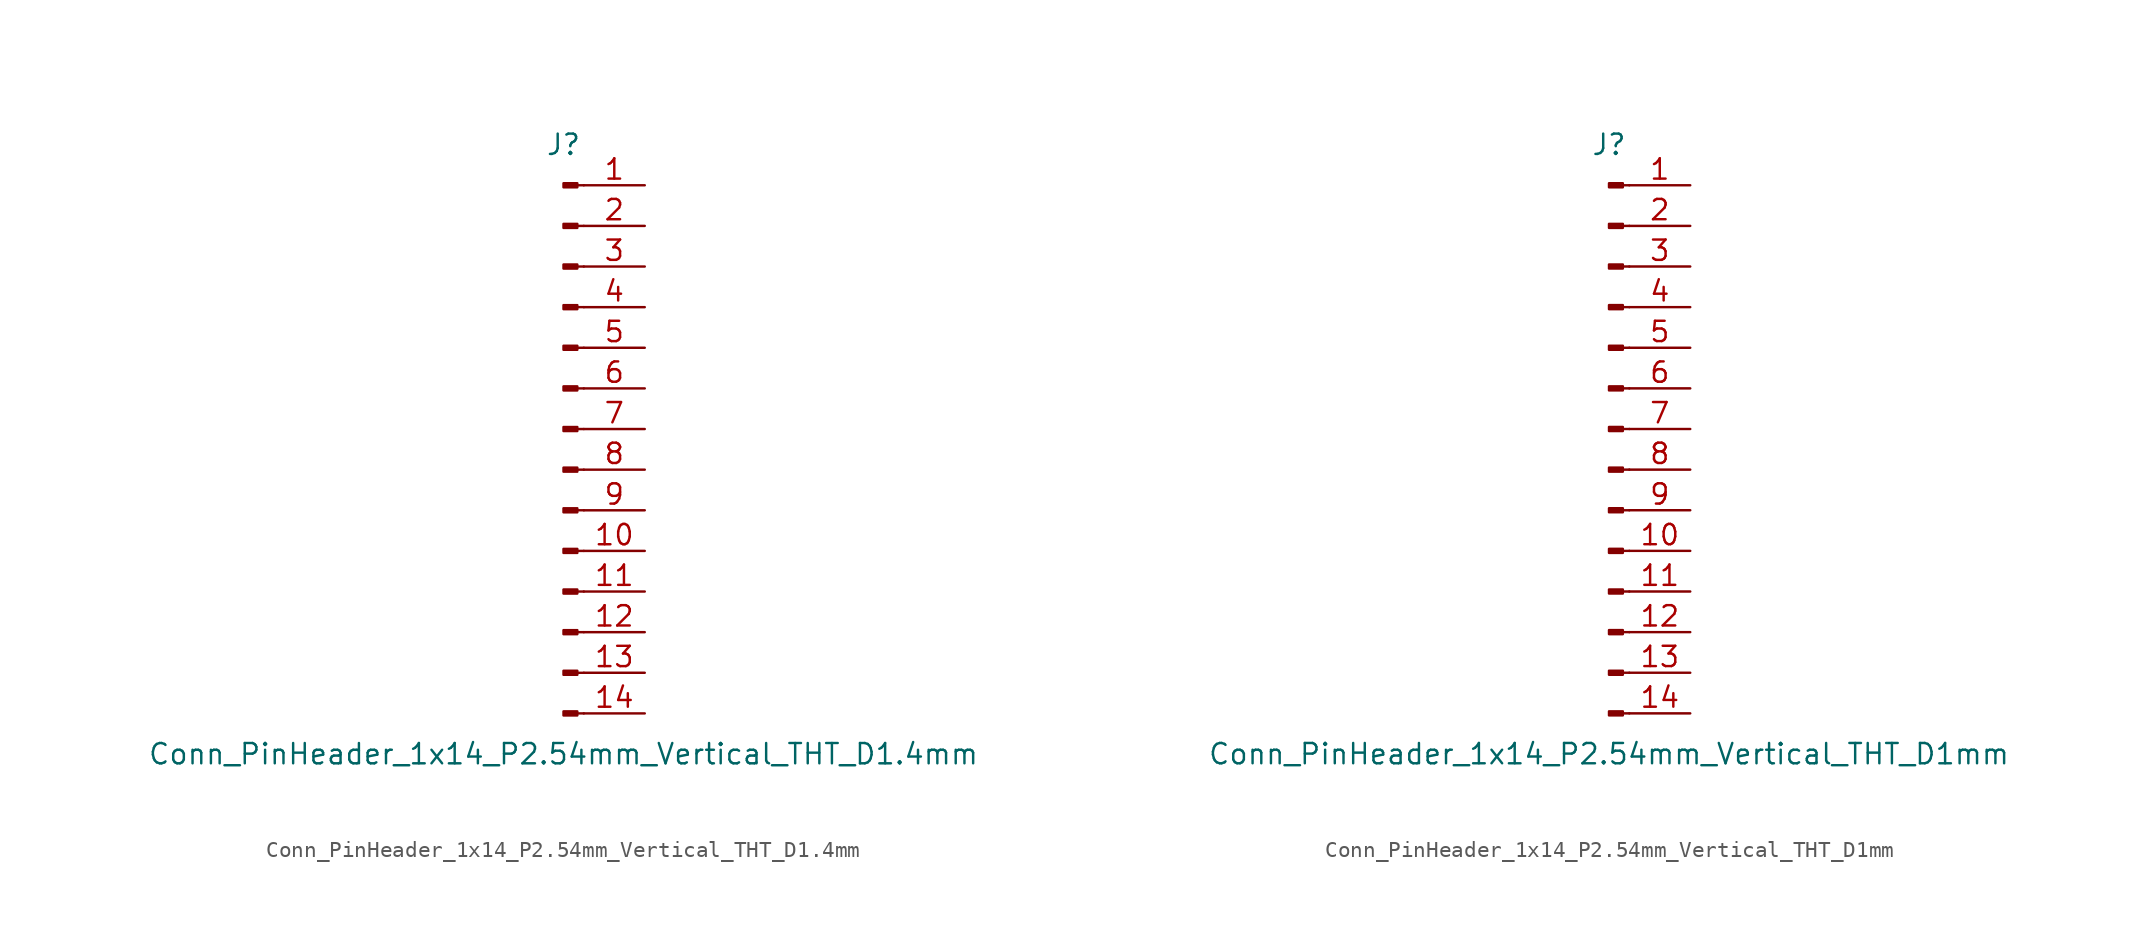
<source format=kicad_sym>
(kicad_symbol_lib
  (version 20220914)
  (generator kicad_symbol_editor)
  (symbol "Conn_PinHeader_1x14_P2.54mm_Vertical_THT_D1.4mm"
    (pin_names
      (offset 1.016) hide)
    (property "Reference" "J"
      (at 0 17.78 0)
      (effects (font (size 1.27 1.27))))
    (property "Value" "Conn_PinHeader_1x14_P2.54mm_Vertical_THT_D1.4mm"
      (at 0 -20.32 0)
      (effects (font (size 1.27 1.27))))
    (symbol "Conn_PinHeader_1x14_P2.54mm_Vertical_THT_D1.4mm_1_1"
      (polyline (pts (xy 1.27 -17.78) (xy 0.864 -17.78)) (stroke (width 0.152) (type solid)) (fill (type none)))
      (polyline (pts (xy 1.27 -15.24) (xy 0.864 -15.24)) (stroke (width 0.152) (type solid)) (fill (type none)))
      (polyline (pts (xy 1.27 -12.7) (xy 0.864 -12.7)) (stroke (width 0.152) (type solid)) (fill (type none)))
      (polyline (pts (xy 1.27 -10.16) (xy 0.864 -10.16)) (stroke (width 0.152) (type solid)) (fill (type none)))
      (polyline (pts (xy 1.27 -7.62) (xy 0.864 -7.62)) (stroke (width 0.152) (type solid)) (fill (type none)))
      (polyline (pts (xy 1.27 -5.08) (xy 0.864 -5.08)) (stroke (width 0.152) (type solid)) (fill (type none)))
      (polyline (pts (xy 1.27 -2.54) (xy 0.864 -2.54)) (stroke (width 0.152) (type solid)) (fill (type none)))
      (polyline (pts (xy 1.27 0) (xy 0.864 0)) (stroke (width 0.152) (type solid)) (fill (type none)))
      (polyline (pts (xy 1.27 2.54) (xy 0.864 2.54)) (stroke (width 0.152) (type solid)) (fill (type none)))
      (polyline (pts (xy 1.27 5.08) (xy 0.864 5.08)) (stroke (width 0.152) (type solid)) (fill (type none)))
      (polyline (pts (xy 1.27 7.62) (xy 0.864 7.62)) (stroke (width 0.152) (type solid)) (fill (type none)))
      (polyline (pts (xy 1.27 10.16) (xy 0.864 10.16)) (stroke (width 0.152) (type solid)) (fill (type none)))
      (polyline (pts (xy 1.27 12.7) (xy 0.864 12.7)) (stroke (width 0.152) (type solid)) (fill (type none)))
      (polyline (pts (xy 1.27 15.24) (xy 0.864 15.24)) (stroke (width 0.152) (type solid)) (fill (type none)))
      (rectangle (start 0.864 -17.653) (end 0 -17.907) (stroke (width 0.152) (type solid)) (fill (type outline)))
      (rectangle (start 0.864 -15.113) (end 0 -15.367) (stroke (width 0.152) (type solid)) (fill (type outline)))
      (rectangle (start 0.864 -12.573) (end 0 -12.827) (stroke (width 0.152) (type solid)) (fill (type outline)))
      (rectangle (start 0.864 -10.033) (end 0 -10.287) (stroke (width 0.152) (type solid)) (fill (type outline)))
      (rectangle (start 0.864 -7.493) (end 0 -7.747) (stroke (width 0.152) (type solid)) (fill (type outline)))
      (rectangle (start 0.864 -4.953) (end 0 -5.207) (stroke (width 0.152) (type solid)) (fill (type outline)))
      (rectangle (start 0.864 -2.413) (end 0 -2.667) (stroke (width 0.152) (type solid)) (fill (type outline)))
      (rectangle (start 0.864 0.127) (end 0 -0.127) (stroke (width 0.152) (type solid)) (fill (type outline)))
      (rectangle (start 0.864 2.667) (end 0 2.413) (stroke (width 0.152) (type solid)) (fill (type outline)))
      (rectangle (start 0.864 5.207) (end 0 4.953) (stroke (width 0.152) (type solid)) (fill (type outline)))
      (rectangle (start 0.864 7.747) (end 0 7.493) (stroke (width 0.152) (type solid)) (fill (type outline)))
      (rectangle (start 0.864 10.287) (end 0 10.033) (stroke (width 0.152) (type solid)) (fill (type outline)))
      (rectangle (start 0.864 12.827) (end 0 12.573) (stroke (width 0.152) (type solid)) (fill (type outline)))
      (rectangle (start 0.864 15.367) (end 0 15.113) (stroke (width 0.152) (type solid)) (fill (type outline)))
      (pin passive line (at 5.08 15.24 180) (length 3.81) (name "Pin_1" (effects (font (size 1.27 1.27)))) (number "1" (effects (font (size 1.27 1.27)))))
      (pin passive line (at 5.08 -7.62 180) (length 3.81) (name "Pin_10" (effects (font (size 1.27 1.27)))) (number "10" (effects (font (size 1.27 1.27)))))
      (pin passive line (at 5.08 -10.16 180) (length 3.81) (name "Pin_11" (effects (font (size 1.27 1.27)))) (number "11" (effects (font (size 1.27 1.27)))))
      (pin passive line (at 5.08 -12.7 180) (length 3.81) (name "Pin_12" (effects (font (size 1.27 1.27)))) (number "12" (effects (font (size 1.27 1.27)))))
      (pin passive line (at 5.08 -15.24 180) (length 3.81) (name "Pin_13" (effects (font (size 1.27 1.27)))) (number "13" (effects (font (size 1.27 1.27)))))
      (pin passive line (at 5.08 -17.78 180) (length 3.81) (name "Pin_14" (effects (font (size 1.27 1.27)))) (number "14" (effects (font (size 1.27 1.27)))))
      (pin passive line (at 5.08 12.7 180) (length 3.81) (name "Pin_2" (effects (font (size 1.27 1.27)))) (number "2" (effects (font (size 1.27 1.27)))))
      (pin passive line (at 5.08 10.16 180) (length 3.81) (name "Pin_3" (effects (font (size 1.27 1.27)))) (number "3" (effects (font (size 1.27 1.27)))))
      (pin passive line (at 5.08 7.62 180) (length 3.81) (name "Pin_4" (effects (font (size 1.27 1.27)))) (number "4" (effects (font (size 1.27 1.27)))))
      (pin passive line (at 5.08 5.08 180) (length 3.81) (name "Pin_5" (effects (font (size 1.27 1.27)))) (number "5" (effects (font (size 1.27 1.27)))))
      (pin passive line (at 5.08 2.54 180) (length 3.81) (name "Pin_6" (effects (font (size 1.27 1.27)))) (number "6" (effects (font (size 1.27 1.27)))))
      (pin passive line (at 5.08 0 180) (length 3.81) (name "Pin_7" (effects (font (size 1.27 1.27)))) (number "7" (effects (font (size 1.27 1.27)))))
      (pin passive line (at 5.08 -2.54 180) (length 3.81) (name "Pin_8" (effects (font (size 1.27 1.27)))) (number "8" (effects (font (size 1.27 1.27)))))
      (pin passive line (at 5.08 -5.08 180) (length 3.81) (name "Pin_9" (effects (font (size 1.27 1.27)))) (number "9" (effects (font (size 1.27 1.27)))))))
  (symbol "Conn_PinHeader_1x14_P2.54mm_Vertical_THT_D1mm"
    (pin_names
      (offset 1.016) hide)
    (property "Reference" "J"
      (at 0 17.78 0)
      (effects (font (size 1.27 1.27))))
    (property "Value" "Conn_PinHeader_1x14_P2.54mm_Vertical_THT_D1mm"
      (at 0 -20.32 0)
      (effects (font (size 1.27 1.27))))
    (symbol "Conn_PinHeader_1x14_P2.54mm_Vertical_THT_D1mm_1_1"
      (polyline (pts (xy 1.27 -17.78) (xy 0.864 -17.78)) (stroke (width 0.152) (type solid)) (fill (type none)))
      (polyline (pts (xy 1.27 -15.24) (xy 0.864 -15.24)) (stroke (width 0.152) (type solid)) (fill (type none)))
      (polyline (pts (xy 1.27 -12.7) (xy 0.864 -12.7)) (stroke (width 0.152) (type solid)) (fill (type none)))
      (polyline (pts (xy 1.27 -10.16) (xy 0.864 -10.16)) (stroke (width 0.152) (type solid)) (fill (type none)))
      (polyline (pts (xy 1.27 -7.62) (xy 0.864 -7.62)) (stroke (width 0.152) (type solid)) (fill (type none)))
      (polyline (pts (xy 1.27 -5.08) (xy 0.864 -5.08)) (stroke (width 0.152) (type solid)) (fill (type none)))
      (polyline (pts (xy 1.27 -2.54) (xy 0.864 -2.54)) (stroke (width 0.152) (type solid)) (fill (type none)))
      (polyline (pts (xy 1.27 0) (xy 0.864 0)) (stroke (width 0.152) (type solid)) (fill (type none)))
      (polyline (pts (xy 1.27 2.54) (xy 0.864 2.54)) (stroke (width 0.152) (type solid)) (fill (type none)))
      (polyline (pts (xy 1.27 5.08) (xy 0.864 5.08)) (stroke (width 0.152) (type solid)) (fill (type none)))
      (polyline (pts (xy 1.27 7.62) (xy 0.864 7.62)) (stroke (width 0.152) (type solid)) (fill (type none)))
      (polyline (pts (xy 1.27 10.16) (xy 0.864 10.16)) (stroke (width 0.152) (type solid)) (fill (type none)))
      (polyline (pts (xy 1.27 12.7) (xy 0.864 12.7)) (stroke (width 0.152) (type solid)) (fill (type none)))
      (polyline (pts (xy 1.27 15.24) (xy 0.864 15.24)) (stroke (width 0.152) (type solid)) (fill (type none)))
      (rectangle (start 0.864 -17.653) (end 0 -17.907) (stroke (width 0.152) (type solid)) (fill (type outline)))
      (rectangle (start 0.864 -15.113) (end 0 -15.367) (stroke (width 0.152) (type solid)) (fill (type outline)))
      (rectangle (start 0.864 -12.573) (end 0 -12.827) (stroke (width 0.152) (type solid)) (fill (type outline)))
      (rectangle (start 0.864 -10.033) (end 0 -10.287) (stroke (width 0.152) (type solid)) (fill (type outline)))
      (rectangle (start 0.864 -7.493) (end 0 -7.747) (stroke (width 0.152) (type solid)) (fill (type outline)))
      (rectangle (start 0.864 -4.953) (end 0 -5.207) (stroke (width 0.152) (type solid)) (fill (type outline)))
      (rectangle (start 0.864 -2.413) (end 0 -2.667) (stroke (width 0.152) (type solid)) (fill (type outline)))
      (rectangle (start 0.864 0.127) (end 0 -0.127) (stroke (width 0.152) (type solid)) (fill (type outline)))
      (rectangle (start 0.864 2.667) (end 0 2.413) (stroke (width 0.152) (type solid)) (fill (type outline)))
      (rectangle (start 0.864 5.207) (end 0 4.953) (stroke (width 0.152) (type solid)) (fill (type outline)))
      (rectangle (start 0.864 7.747) (end 0 7.493) (stroke (width 0.152) (type solid)) (fill (type outline)))
      (rectangle (start 0.864 10.287) (end 0 10.033) (stroke (width 0.152) (type solid)) (fill (type outline)))
      (rectangle (start 0.864 12.827) (end 0 12.573) (stroke (width 0.152) (type solid)) (fill (type outline)))
      (rectangle (start 0.864 15.367) (end 0 15.113) (stroke (width 0.152) (type solid)) (fill (type outline)))
      (pin passive line (at 5.08 15.24 180) (length 3.81) (name "Pin_1" (effects (font (size 1.27 1.27)))) (number "1" (effects (font (size 1.27 1.27)))))
      (pin passive line (at 5.08 -7.62 180) (length 3.81) (name "Pin_10" (effects (font (size 1.27 1.27)))) (number "10" (effects (font (size 1.27 1.27)))))
      (pin passive line (at 5.08 -10.16 180) (length 3.81) (name "Pin_11" (effects (font (size 1.27 1.27)))) (number "11" (effects (font (size 1.27 1.27)))))
      (pin passive line (at 5.08 -12.7 180) (length 3.81) (name "Pin_12" (effects (font (size 1.27 1.27)))) (number "12" (effects (font (size 1.27 1.27)))))
      (pin passive line (at 5.08 -15.24 180) (length 3.81) (name "Pin_13" (effects (font (size 1.27 1.27)))) (number "13" (effects (font (size 1.27 1.27)))))
      (pin passive line (at 5.08 -17.78 180) (length 3.81) (name "Pin_14" (effects (font (size 1.27 1.27)))) (number "14" (effects (font (size 1.27 1.27)))))
      (pin passive line (at 5.08 12.7 180) (length 3.81) (name "Pin_2" (effects (font (size 1.27 1.27)))) (number "2" (effects (font (size 1.27 1.27)))))
      (pin passive line (at 5.08 10.16 180) (length 3.81) (name "Pin_3" (effects (font (size 1.27 1.27)))) (number "3" (effects (font (size 1.27 1.27)))))
      (pin passive line (at 5.08 7.62 180) (length 3.81) (name "Pin_4" (effects (font (size 1.27 1.27)))) (number "4" (effects (font (size 1.27 1.27)))))
      (pin passive line (at 5.08 5.08 180) (length 3.81) (name "Pin_5" (effects (font (size 1.27 1.27)))) (number "5" (effects (font (size 1.27 1.27)))))
      (pin passive line (at 5.08 2.54 180) (length 3.81) (name "Pin_6" (effects (font (size 1.27 1.27)))) (number "6" (effects (font (size 1.27 1.27)))))
      (pin passive line (at 5.08 0 180) (length 3.81) (name "Pin_7" (effects (font (size 1.27 1.27)))) (number "7" (effects (font (size 1.27 1.27)))))
      (pin passive line (at 5.08 -2.54 180) (length 3.81) (name "Pin_8" (effects (font (size 1.27 1.27)))) (number "8" (effects (font (size 1.27 1.27)))))
      (pin passive line (at 5.08 -5.08 180) (length 3.81) (name "Pin_9" (effects (font (size 1.27 1.27)))) (number "9" (effects (font (size 1.27 1.27))))))))
</source>
